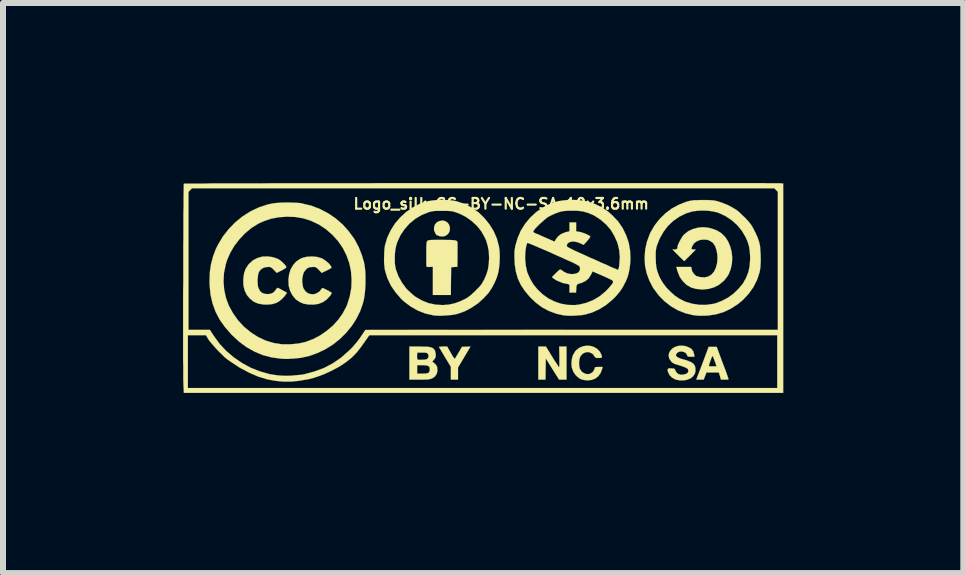
<source format=kicad_pcb>
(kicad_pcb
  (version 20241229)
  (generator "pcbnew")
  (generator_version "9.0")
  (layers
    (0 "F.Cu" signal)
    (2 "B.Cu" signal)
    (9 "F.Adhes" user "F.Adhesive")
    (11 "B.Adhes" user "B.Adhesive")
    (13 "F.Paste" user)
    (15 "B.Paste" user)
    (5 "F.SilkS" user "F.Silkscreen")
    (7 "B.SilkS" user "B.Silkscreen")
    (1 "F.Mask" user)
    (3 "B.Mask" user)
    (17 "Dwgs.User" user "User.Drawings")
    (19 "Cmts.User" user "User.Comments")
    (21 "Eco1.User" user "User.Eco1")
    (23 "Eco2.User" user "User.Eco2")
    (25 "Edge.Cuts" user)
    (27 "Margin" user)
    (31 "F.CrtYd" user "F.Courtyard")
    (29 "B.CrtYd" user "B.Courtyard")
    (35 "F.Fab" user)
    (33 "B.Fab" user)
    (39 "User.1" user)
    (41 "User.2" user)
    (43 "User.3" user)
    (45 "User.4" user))
  (footprint "Logo_silk_CC-BY-NC-SA_10x3.6mm"
    (layer "F.Cu")
    (at 5 1.746)
    (property "Reference" "Logo_silk_CC-BY-NC-SA_10x3.6mm" (at 0.3 -1.4 0) (layer "F.SilkS") (effects (font (size 0.178 0.178) (thickness 0.036))))
    (attr through_hole)
    (fp_poly (pts (xy -0.554 -0.978) (xy -0.561 -0.937) (xy -0.582 -0.902) (xy -0.615 -0.874) (xy -0.66 -0.856) (xy -0.663 -0.856) (xy -0.693 -0.856) (xy -0.726 -0.861) (xy -0.734 -0.864) (xy -0.759 -0.874) (xy -0.775 -0.879) (xy -0.782 -0.886) (xy -0.792 -0.904) (xy -0.798 -0.912) (xy -0.818 -0.96) (xy -0.818 -1.008) (xy -0.805 -1.052) (xy -0.777 -1.087) (xy -0.739 -1.11) (xy -0.688 -1.12) (xy -0.681 -1.123) (xy -0.635 -1.113) (xy -0.597 -1.09) (xy -0.572 -1.059) (xy -0.556 -1.021) (xy -0.554 -0.978)) (stroke (width 0.003) (type solid)) (fill yes) (layer "F.SilkS"))
    (fp_poly (pts (xy 1.389 1.529) (xy 1.326 1.529) (xy 1.265 1.529) (xy 1.153 1.351) (xy 1.044 1.176) (xy 1.041 1.354) (xy 1.039 1.529) (xy 0.978 1.529) (xy 0.919 1.529) (xy 0.919 1.255) (xy 0.919 0.978) (xy 0.983 0.978) (xy 1.046 0.978) (xy 1.153 1.153) (xy 1.186 1.206) (xy 1.217 1.252) (xy 1.24 1.288) (xy 1.257 1.313) (xy 1.265 1.323) (xy 1.267 1.323) (xy 1.267 1.313) (xy 1.27 1.285) (xy 1.27 1.245) (xy 1.27 1.194) (xy 1.27 1.151) (xy 1.267 0.978) (xy 1.328 0.978) (xy 1.389 0.978) (xy 1.389 1.255) (xy 1.389 1.529)) (stroke (width 0.003) (type solid)) (fill yes) (layer "F.SilkS"))
    (fp_poly (pts (xy -0.211 0.978) (xy -0.315 1.153) (xy -0.419 1.328) (xy -0.419 1.427) (xy -0.419 1.529) (xy -0.478 1.529) (xy -0.538 1.529) (xy -0.538 1.422) (xy -0.538 1.316) (xy -0.635 1.156) (xy -0.665 1.105) (xy -0.693 1.059) (xy -0.714 1.021) (xy -0.729 0.998) (xy -0.737 0.986) (xy -0.729 0.983) (xy -0.706 0.98) (xy -0.673 0.978) (xy -0.671 0.978) (xy -0.599 0.978) (xy -0.538 1.085) (xy -0.511 1.133) (xy -0.49 1.163) (xy -0.475 1.179) (xy -0.467 1.179) (xy -0.46 1.163) (xy -0.445 1.138) (xy -0.422 1.1) (xy -0.406 1.074) (xy -0.353 0.983) (xy -0.282 0.98) (xy -0.211 0.978)) (stroke (width 0.003) (type solid)) (fill yes) (layer "F.SilkS"))
    (fp_poly (pts (xy 4.089 1.521) (xy 4.079 1.527) (xy 4.056 1.529) (xy 4.026 1.529) (xy 3.962 1.529) (xy 3.945 1.468) (xy 3.927 1.41) (xy 3.889 1.41) (xy 3.889 1.308) (xy 3.858 1.219) (xy 3.843 1.181) (xy 3.833 1.151) (xy 3.823 1.138) (xy 3.82 1.135) (xy 3.813 1.148) (xy 3.802 1.173) (xy 3.79 1.206) (xy 3.777 1.242) (xy 3.767 1.273) (xy 3.762 1.295) (xy 3.759 1.303) (xy 3.769 1.306) (xy 3.792 1.308) (xy 3.823 1.308) (xy 3.889 1.308) (xy 3.889 1.41) (xy 3.823 1.41) (xy 3.721 1.41) (xy 3.698 1.468) (xy 3.675 1.529) (xy 3.614 1.529) (xy 3.551 1.529) (xy 3.655 1.257) (xy 3.757 0.983) (xy 3.825 0.983) (xy 3.891 0.983) (xy 3.99 1.25) (xy 4.016 1.318) (xy 4.039 1.379) (xy 4.059 1.435) (xy 4.074 1.478) (xy 4.084 1.506) (xy 4.089 1.521)) (stroke (width 0.003) (type solid)) (fill yes) (layer "F.SilkS"))
    (fp_poly (pts (xy -0.427 -0.709) (xy -0.427 -0.678) (xy -0.427 -0.635) (xy -0.427 -0.582) (xy -0.427 -0.528) (xy -0.429 -0.351) (xy -0.48 -0.348) (xy -0.533 -0.343) (xy -0.536 -0.112) (xy -0.538 0.119) (xy -0.688 0.119) (xy -0.838 0.119) (xy -0.838 -0.114) (xy -0.838 -0.351) (xy -0.881 -0.348) (xy -0.912 -0.348) (xy -0.932 -0.348) (xy -0.937 -0.348) (xy -0.94 -0.353) (xy -0.945 -0.368) (xy -0.947 -0.396) (xy -0.947 -0.442) (xy -0.947 -0.5) (xy -0.947 -0.551) (xy -0.947 -0.622) (xy -0.947 -0.678) (xy -0.945 -0.716) (xy -0.942 -0.744) (xy -0.94 -0.762) (xy -0.935 -0.775) (xy -0.932 -0.777) (xy -0.927 -0.785) (xy -0.919 -0.79) (xy -0.909 -0.792) (xy -0.892 -0.795) (xy -0.864 -0.798) (xy -0.826 -0.798) (xy -0.772 -0.8) (xy -0.701 -0.8) (xy -0.688 -0.8) (xy -0.61 -0.798) (xy -0.549 -0.798) (xy -0.503 -0.795) (xy -0.47 -0.792) (xy -0.447 -0.785) (xy -0.434 -0.775) (xy -0.429 -0.762) (xy -0.427 -0.744) (xy -0.427 -0.724) (xy -0.427 -0.709)) (stroke (width 0.003) (type solid)) (fill yes) (layer "F.SilkS"))
    (fp_poly (pts (xy 1.989 1.318) (xy 1.984 1.346) (xy 1.958 1.417) (xy 1.92 1.471) (xy 1.869 1.511) (xy 1.808 1.534) (xy 1.737 1.542) (xy 1.694 1.537) (xy 1.641 1.527) (xy 1.6 1.506) (xy 1.56 1.473) (xy 1.542 1.455) (xy 1.504 1.4) (xy 1.478 1.333) (xy 1.471 1.265) (xy 1.476 1.194) (xy 1.494 1.125) (xy 1.529 1.064) (xy 1.549 1.039) (xy 1.603 0.998) (xy 1.664 0.973) (xy 1.727 0.963) (xy 1.791 0.968) (xy 1.849 0.986) (xy 1.902 1.019) (xy 1.946 1.064) (xy 1.958 1.09) (xy 1.971 1.118) (xy 1.979 1.143) (xy 1.979 1.148) (xy 1.976 1.161) (xy 1.966 1.166) (xy 1.943 1.168) (xy 1.925 1.168) (xy 1.892 1.168) (xy 1.875 1.163) (xy 1.862 1.153) (xy 1.854 1.138) (xy 1.824 1.1) (xy 1.786 1.079) (xy 1.742 1.069) (xy 1.699 1.077) (xy 1.659 1.097) (xy 1.626 1.133) (xy 1.615 1.153) (xy 1.603 1.194) (xy 1.598 1.247) (xy 1.6 1.3) (xy 1.61 1.346) (xy 1.615 1.356) (xy 1.646 1.4) (xy 1.687 1.425) (xy 1.732 1.438) (xy 1.778 1.433) (xy 1.798 1.422) (xy 1.826 1.402) (xy 1.847 1.372) (xy 1.859 1.341) (xy 1.859 1.333) (xy 1.862 1.326) (xy 1.877 1.321) (xy 1.905 1.318) (xy 1.923 1.318) (xy 1.989 1.318)) (stroke (width 0.003) (type solid)) (fill yes) (layer "F.SilkS"))
    (fp_poly (pts (xy -3.269 0.081) (xy -3.287 0.109) (xy -3.315 0.147) (xy -3.353 0.185) (xy -3.396 0.221) (xy -3.437 0.246) (xy -3.447 0.251) (xy -3.518 0.272) (xy -3.602 0.279) (xy -3.665 0.277) (xy -3.749 0.262) (xy -3.825 0.229) (xy -3.886 0.18) (xy -3.937 0.119) (xy -3.973 0.046) (xy -3.993 -0.036) (xy -3.998 -0.132) (xy -3.995 -0.157) (xy -3.983 -0.244) (xy -3.957 -0.318) (xy -3.914 -0.384) (xy -3.896 -0.404) (xy -3.833 -0.46) (xy -3.759 -0.498) (xy -3.678 -0.521) (xy -3.586 -0.523) (xy -3.548 -0.518) (xy -3.503 -0.511) (xy -3.454 -0.495) (xy -3.421 -0.483) (xy -3.391 -0.465) (xy -3.358 -0.439) (xy -3.327 -0.409) (xy -3.299 -0.381) (xy -3.284 -0.356) (xy -3.279 -0.343) (xy -3.287 -0.333) (xy -3.31 -0.318) (xy -3.343 -0.297) (xy -3.358 -0.29) (xy -3.439 -0.249) (xy -3.487 -0.3) (xy -3.513 -0.325) (xy -3.533 -0.34) (xy -3.553 -0.348) (xy -3.579 -0.348) (xy -3.592 -0.348) (xy -3.647 -0.34) (xy -3.693 -0.315) (xy -3.731 -0.274) (xy -3.734 -0.269) (xy -3.747 -0.234) (xy -3.754 -0.185) (xy -3.759 -0.13) (xy -3.757 -0.074) (xy -3.752 -0.023) (xy -3.744 0) (xy -3.721 0.048) (xy -3.688 0.081) (xy -3.642 0.099) (xy -3.594 0.104) (xy -3.541 0.099) (xy -3.5 0.081) (xy -3.47 0.051) (xy -3.454 0.03) (xy -3.439 0.01) (xy -3.426 0) (xy -3.414 0.003) (xy -3.388 0.015) (xy -3.355 0.033) (xy -3.343 0.041) (xy -3.269 0.081)) (stroke (width 0.003) (type solid)) (fill yes) (layer "F.SilkS"))
    (fp_poly (pts (xy -2.525 0.079) (xy -2.525 0.091) (xy -2.537 0.114) (xy -2.55 0.132) (xy -2.609 0.196) (xy -2.672 0.239) (xy -2.743 0.267) (xy -2.824 0.279) (xy -2.916 0.277) (xy -2.992 0.264) (xy -3.056 0.236) (xy -3.117 0.196) (xy -3.127 0.185) (xy -3.178 0.124) (xy -3.216 0.051) (xy -3.239 -0.03) (xy -3.241 -0.048) (xy -3.244 -0.14) (xy -3.233 -0.226) (xy -3.208 -0.307) (xy -3.167 -0.378) (xy -3.117 -0.437) (xy -3.053 -0.48) (xy -3.015 -0.498) (xy -2.939 -0.518) (xy -2.855 -0.523) (xy -2.769 -0.516) (xy -2.692 -0.493) (xy -2.682 -0.49) (xy -2.647 -0.467) (xy -2.609 -0.439) (xy -2.57 -0.406) (xy -2.543 -0.373) (xy -2.535 -0.358) (xy -2.527 -0.345) (xy -2.527 -0.338) (xy -2.537 -0.328) (xy -2.555 -0.315) (xy -2.591 -0.297) (xy -2.606 -0.29) (xy -2.69 -0.249) (xy -2.738 -0.3) (xy -2.764 -0.325) (xy -2.784 -0.34) (xy -2.802 -0.348) (xy -2.83 -0.348) (xy -2.84 -0.348) (xy -2.896 -0.343) (xy -2.939 -0.32) (xy -2.974 -0.279) (xy -2.99 -0.254) (xy -3.005 -0.203) (xy -3.015 -0.14) (xy -3.012 -0.076) (xy -3.002 -0.015) (xy -2.992 0.01) (xy -2.962 0.056) (xy -2.921 0.089) (xy -2.873 0.104) (xy -2.822 0.107) (xy -2.774 0.091) (xy -2.728 0.061) (xy -2.708 0.036) (xy -2.69 0.015) (xy -2.687 0.008) (xy -2.682 0.003) (xy -2.667 0.005) (xy -2.644 0.015) (xy -2.609 0.033) (xy -2.573 0.051) (xy -2.545 0.069) (xy -2.527 0.079) (xy -2.525 0.079)) (stroke (width 0.003) (type solid)) (fill yes) (layer "F.SilkS"))
    (fp_poly (pts (xy -0.762 1.389) (xy -0.777 1.44) (xy -0.81 1.483) (xy -0.853 1.509) (xy -0.871 1.516) (xy -0.889 1.521) (xy -0.889 1.359) (xy -0.892 1.328) (xy -0.904 1.308) (xy -0.909 1.306) (xy -0.909 1.13) (xy -0.919 1.102) (xy -0.925 1.095) (xy -0.94 1.085) (xy -0.968 1.079) (xy -1.008 1.079) (xy -1.019 1.079) (xy -1.097 1.079) (xy -1.1 1.11) (xy -1.102 1.143) (xy -1.1 1.171) (xy -1.097 1.186) (xy -1.092 1.194) (xy -1.077 1.199) (xy -1.049 1.199) (xy -1.026 1.199) (xy -0.975 1.196) (xy -0.94 1.189) (xy -0.932 1.184) (xy -0.914 1.161) (xy -0.909 1.13) (xy -0.909 1.306) (xy -0.93 1.295) (xy -0.968 1.29) (xy -1.016 1.288) (xy -1.1 1.288) (xy -1.1 1.359) (xy -1.1 1.43) (xy -1.011 1.43) (xy -0.965 1.427) (xy -0.935 1.425) (xy -0.914 1.417) (xy -0.907 1.412) (xy -0.892 1.387) (xy -0.889 1.359) (xy -0.889 1.521) (xy -0.894 1.521) (xy -0.922 1.527) (xy -0.96 1.527) (xy -1.013 1.529) (xy -1.062 1.529) (xy -1.229 1.529) (xy -1.229 1.255) (xy -1.229 0.978) (xy -1.064 0.978) (xy -0.991 0.98) (xy -0.937 0.98) (xy -0.894 0.986) (xy -0.864 0.993) (xy -0.841 1.003) (xy -0.823 1.019) (xy -0.815 1.026) (xy -0.8 1.054) (xy -0.792 1.092) (xy -0.79 1.133) (xy -0.792 1.153) (xy -0.805 1.179) (xy -0.826 1.204) (xy -0.828 1.206) (xy -0.843 1.224) (xy -0.846 1.234) (xy -0.838 1.237) (xy -0.813 1.255) (xy -0.785 1.283) (xy -0.767 1.318) (xy -0.765 1.333) (xy -0.762 1.389)) (stroke (width 0.003) (type solid)) (fill yes) (layer "F.SilkS"))
    (fp_poly (pts (xy 3.538 1.389) (xy 3.528 1.427) (xy 3.505 1.463) (xy 3.498 1.473) (xy 3.459 1.506) (xy 3.406 1.529) (xy 3.345 1.542) (xy 3.282 1.542) (xy 3.274 1.542) (xy 3.203 1.527) (xy 3.147 1.496) (xy 3.106 1.455) (xy 3.081 1.402) (xy 3.078 1.397) (xy 3.073 1.367) (xy 3.078 1.349) (xy 3.096 1.341) (xy 3.129 1.341) (xy 3.139 1.341) (xy 3.17 1.344) (xy 3.188 1.349) (xy 3.198 1.361) (xy 3.203 1.379) (xy 3.223 1.412) (xy 3.256 1.438) (xy 3.299 1.448) (xy 3.348 1.443) (xy 3.376 1.435) (xy 3.406 1.417) (xy 3.419 1.394) (xy 3.416 1.367) (xy 3.409 1.351) (xy 3.393 1.339) (xy 3.368 1.326) (xy 3.33 1.311) (xy 3.277 1.293) (xy 3.249 1.285) (xy 3.2 1.27) (xy 3.167 1.255) (xy 3.145 1.24) (xy 3.132 1.224) (xy 3.101 1.179) (xy 3.091 1.135) (xy 3.096 1.09) (xy 3.117 1.049) (xy 3.15 1.013) (xy 3.193 0.986) (xy 3.244 0.968) (xy 3.302 0.963) (xy 3.358 0.968) (xy 3.421 0.988) (xy 3.47 1.016) (xy 3.5 1.057) (xy 3.515 1.107) (xy 3.52 1.148) (xy 3.465 1.148) (xy 3.432 1.148) (xy 3.414 1.143) (xy 3.404 1.135) (xy 3.396 1.118) (xy 3.378 1.087) (xy 3.345 1.069) (xy 3.307 1.059) (xy 3.269 1.064) (xy 3.236 1.079) (xy 3.233 1.085) (xy 3.216 1.105) (xy 3.211 1.123) (xy 3.221 1.14) (xy 3.226 1.148) (xy 3.249 1.161) (xy 3.289 1.179) (xy 3.348 1.196) (xy 3.353 1.196) (xy 3.419 1.219) (xy 3.47 1.24) (xy 3.503 1.265) (xy 3.526 1.295) (xy 3.536 1.333) (xy 3.536 1.341) (xy 3.538 1.389)) (stroke (width 0.003) (type solid)) (fill yes) (layer "F.SilkS"))
    (fp_poly (pts (xy 4.15 -0.505) (xy 4.145 -0.409) (xy 4.125 -0.315) (xy 4.092 -0.229) (xy 4.072 -0.196) (xy 4.041 -0.155) (xy 4.011 -0.117) (xy 4.006 -0.114) (xy 3.929 -0.051) (xy 3.846 -0.008) (xy 3.752 0.018) (xy 3.655 0.028) (xy 3.556 0.018) (xy 3.551 0.018) (xy 3.467 -0.005) (xy 3.391 -0.048) (xy 3.33 -0.107) (xy 3.277 -0.18) (xy 3.241 -0.269) (xy 3.226 -0.32) (xy 3.218 -0.348) (xy 3.343 -0.348) (xy 3.467 -0.348) (xy 3.475 -0.307) (xy 3.487 -0.267) (xy 3.515 -0.229) (xy 3.546 -0.201) (xy 3.551 -0.198) (xy 3.571 -0.191) (xy 3.604 -0.183) (xy 3.627 -0.178) (xy 3.696 -0.175) (xy 3.757 -0.191) (xy 3.807 -0.224) (xy 3.848 -0.272) (xy 3.879 -0.338) (xy 3.899 -0.419) (xy 3.904 -0.49) (xy 3.901 -0.564) (xy 3.886 -0.635) (xy 3.866 -0.693) (xy 3.863 -0.699) (xy 3.83 -0.747) (xy 3.785 -0.78) (xy 3.739 -0.8) (xy 3.675 -0.805) (xy 3.614 -0.798) (xy 3.561 -0.777) (xy 3.515 -0.744) (xy 3.49 -0.706) (xy 3.475 -0.673) (xy 3.472 -0.653) (xy 3.477 -0.643) (xy 3.5 -0.64) (xy 3.508 -0.638) (xy 3.543 -0.638) (xy 3.447 -0.541) (xy 3.35 -0.445) (xy 3.251 -0.541) (xy 3.155 -0.638) (xy 3.19 -0.638) (xy 3.221 -0.643) (xy 3.236 -0.66) (xy 3.239 -0.688) (xy 3.244 -0.711) (xy 3.259 -0.747) (xy 3.282 -0.79) (xy 3.305 -0.831) (xy 3.33 -0.869) (xy 3.353 -0.894) (xy 3.419 -0.945) (xy 3.495 -0.98) (xy 3.579 -1.003) (xy 3.668 -1.011) (xy 3.757 -1.001) (xy 3.848 -0.975) (xy 3.901 -0.953) (xy 3.973 -0.907) (xy 4.034 -0.846) (xy 4.082 -0.772) (xy 4.117 -0.688) (xy 4.14 -0.599) (xy 4.15 -0.505)) (stroke (width 0.003) (type solid)) (fill yes) (layer "F.SilkS"))
    (fp_poly (pts (xy -1.961 -0.137) (xy -1.961 -0.066) (xy -1.966 0.028) (xy -1.974 0.112) (xy -1.986 0.188) (xy -2.004 0.259) (xy -2.029 0.333) (xy -2.047 0.384) (xy -2.111 0.513) (xy -2.189 0.635) (xy -2.192 0.638) (xy -2.192 -0.137) (xy -2.202 -0.277) (xy -2.23 -0.411) (xy -2.276 -0.541) (xy -2.339 -0.665) (xy -2.418 -0.78) (xy -2.512 -0.884) (xy -2.621 -0.978) (xy -2.743 -1.059) (xy -2.751 -1.062) (xy -2.87 -1.118) (xy -2.997 -1.158) (xy -3.132 -1.181) (xy -3.269 -1.186) (xy -3.406 -1.176) (xy -3.538 -1.151) (xy -3.665 -1.107) (xy -3.747 -1.069) (xy -3.861 -0.998) (xy -3.967 -0.909) (xy -4.061 -0.81) (xy -4.145 -0.701) (xy -4.214 -0.584) (xy -4.267 -0.462) (xy -4.288 -0.394) (xy -4.318 -0.249) (xy -4.326 -0.107) (xy -4.315 0.03) (xy -4.285 0.168) (xy -4.237 0.297) (xy -4.168 0.422) (xy -4.084 0.541) (xy -3.985 0.648) (xy -3.868 0.744) (xy -3.749 0.82) (xy -3.622 0.879) (xy -3.49 0.919) (xy -3.353 0.94) (xy -3.205 0.94) (xy -3.073 0.927) (xy -2.951 0.899) (xy -2.832 0.853) (xy -2.715 0.792) (xy -2.606 0.716) (xy -2.504 0.63) (xy -2.416 0.533) (xy -2.342 0.429) (xy -2.283 0.32) (xy -2.268 0.287) (xy -2.223 0.145) (xy -2.197 0.003) (xy -2.192 -0.137) (xy -2.192 0.638) (xy -2.283 0.749) (xy -2.388 0.853) (xy -2.504 0.945) (xy -2.631 1.024) (xy -2.764 1.087) (xy -2.898 1.135) (xy -3.038 1.166) (xy -3.104 1.173) (xy -3.167 1.179) (xy -3.218 1.181) (xy -3.261 1.184) (xy -3.299 1.184) (xy -3.34 1.181) (xy -3.376 1.179) (xy -3.528 1.158) (xy -3.673 1.12) (xy -3.81 1.062) (xy -3.942 0.988) (xy -4.069 0.894) (xy -4.191 0.78) (xy -4.194 0.777) (xy -4.3 0.655) (xy -4.389 0.531) (xy -4.458 0.399) (xy -4.508 0.262) (xy -4.542 0.114) (xy -4.557 -0.038) (xy -4.559 -0.119) (xy -4.554 -0.262) (xy -4.534 -0.396) (xy -4.501 -0.521) (xy -4.455 -0.645) (xy -4.417 -0.721) (xy -4.336 -0.856) (xy -4.239 -0.98) (xy -4.13 -1.092) (xy -4.011 -1.189) (xy -3.879 -1.273) (xy -3.741 -1.339) (xy -3.597 -1.387) (xy -3.505 -1.407) (xy -3.439 -1.415) (xy -3.358 -1.42) (xy -3.272 -1.422) (xy -3.185 -1.42) (xy -3.101 -1.417) (xy -3.03 -1.41) (xy -3.015 -1.405) (xy -2.863 -1.369) (xy -2.718 -1.313) (xy -2.583 -1.242) (xy -2.456 -1.156) (xy -2.339 -1.054) (xy -2.238 -0.94) (xy -2.146 -0.815) (xy -2.073 -0.678) (xy -2.017 -0.536) (xy -2.007 -0.498) (xy -1.986 -0.429) (xy -1.974 -0.363) (xy -1.966 -0.295) (xy -1.961 -0.221) (xy -1.961 -0.137)) (stroke (width 0.003) (type solid)) (fill yes) (layer "F.SilkS"))
    (fp_poly (pts (xy 4.625 -0.478) (xy 4.623 -0.399) (xy 4.618 -0.33) (xy 4.608 -0.274) (xy 4.608 -0.267) (xy 4.564 -0.135) (xy 4.503 -0.013) (xy 4.448 0.064) (xy 4.448 -0.47) (xy 4.448 -0.528) (xy 4.442 -0.61) (xy 4.432 -0.678) (xy 4.417 -0.739) (xy 4.394 -0.8) (xy 4.369 -0.853) (xy 4.308 -0.955) (xy 4.232 -1.046) (xy 4.14 -1.128) (xy 4.041 -1.194) (xy 3.934 -1.245) (xy 3.901 -1.257) (xy 3.83 -1.273) (xy 3.749 -1.285) (xy 3.66 -1.288) (xy 3.576 -1.285) (xy 3.5 -1.275) (xy 3.493 -1.275) (xy 3.378 -1.24) (xy 3.269 -1.186) (xy 3.17 -1.118) (xy 3.081 -1.034) (xy 3.007 -0.937) (xy 2.944 -0.828) (xy 2.908 -0.739) (xy 2.893 -0.699) (xy 2.885 -0.668) (xy 2.88 -0.638) (xy 2.875 -0.602) (xy 2.875 -0.559) (xy 2.875 -0.503) (xy 2.878 -0.417) (xy 2.885 -0.345) (xy 2.901 -0.279) (xy 2.924 -0.216) (xy 2.946 -0.165) (xy 2.992 -0.086) (xy 3.053 -0.005) (xy 3.122 0.066) (xy 3.195 0.13) (xy 3.264 0.178) (xy 3.365 0.229) (xy 3.48 0.264) (xy 3.597 0.282) (xy 3.713 0.284) (xy 3.83 0.267) (xy 3.868 0.259) (xy 3.975 0.218) (xy 4.077 0.165) (xy 4.171 0.097) (xy 4.255 0.015) (xy 4.326 -0.069) (xy 4.379 -0.163) (xy 4.384 -0.175) (xy 4.42 -0.267) (xy 4.44 -0.363) (xy 4.448 -0.47) (xy 4.448 0.064) (xy 4.425 0.097) (xy 4.331 0.198) (xy 4.247 0.269) (xy 4.13 0.345) (xy 4.006 0.404) (xy 3.876 0.442) (xy 3.739 0.462) (xy 3.599 0.465) (xy 3.5 0.455) (xy 3.373 0.424) (xy 3.249 0.376) (xy 3.134 0.31) (xy 3.025 0.226) (xy 2.926 0.127) (xy 2.913 0.109) (xy 2.832 0) (xy 2.771 -0.117) (xy 2.725 -0.241) (xy 2.697 -0.371) (xy 2.69 -0.503) (xy 2.7 -0.638) (xy 2.728 -0.767) (xy 2.776 -0.897) (xy 2.789 -0.925) (xy 2.857 -1.041) (xy 2.939 -1.146) (xy 3.035 -1.24) (xy 3.142 -1.321) (xy 3.259 -1.384) (xy 3.381 -1.433) (xy 3.409 -1.44) (xy 3.444 -1.45) (xy 3.477 -1.455) (xy 3.515 -1.46) (xy 3.559 -1.46) (xy 3.614 -1.463) (xy 3.665 -1.463) (xy 3.731 -1.463) (xy 3.785 -1.46) (xy 3.828 -1.458) (xy 3.863 -1.453) (xy 3.896 -1.445) (xy 3.914 -1.44) (xy 3.995 -1.412) (xy 4.082 -1.377) (xy 4.163 -1.333) (xy 4.224 -1.295) (xy 4.267 -1.26) (xy 4.315 -1.214) (xy 4.366 -1.166) (xy 4.415 -1.113) (xy 4.453 -1.067) (xy 4.468 -1.046) (xy 4.503 -0.986) (xy 4.539 -0.914) (xy 4.572 -0.841) (xy 4.597 -0.77) (xy 4.6 -0.754) (xy 4.613 -0.701) (xy 4.618 -0.632) (xy 4.623 -0.556) (xy 4.625 -0.478)) (stroke (width 0.003) (type solid)) (fill yes) (layer "F.SilkS"))
    (fp_poly (pts (xy 0.277 -0.523) (xy 0.274 -0.432) (xy 0.267 -0.345) (xy 0.254 -0.267) (xy 0.249 -0.244) (xy 0.226 -0.168) (xy 0.191 -0.086) (xy 0.15 -0.008) (xy 0.107 0.058) (xy 0.099 0.069) (xy 0.099 -0.498) (xy 0.094 -0.607) (xy 0.076 -0.701) (xy 0.048 -0.795) (xy 0.025 -0.843) (xy -0.03 -0.942) (xy -0.104 -1.034) (xy -0.193 -1.115) (xy -0.29 -1.184) (xy -0.396 -1.237) (xy -0.46 -1.26) (xy -0.493 -1.27) (xy -0.523 -1.278) (xy -0.559 -1.28) (xy -0.602 -1.283) (xy -0.655 -1.283) (xy -0.683 -1.283) (xy -0.747 -1.283) (xy -0.792 -1.283) (xy -0.831 -1.278) (xy -0.861 -1.273) (xy -0.894 -1.265) (xy -0.909 -1.26) (xy -1.024 -1.214) (xy -1.13 -1.151) (xy -1.227 -1.072) (xy -1.308 -0.98) (xy -1.377 -0.879) (xy -1.43 -0.765) (xy -1.45 -0.701) (xy -1.463 -0.638) (xy -1.471 -0.561) (xy -1.473 -0.483) (xy -1.471 -0.404) (xy -1.46 -0.335) (xy -1.455 -0.31) (xy -1.412 -0.193) (xy -1.351 -0.084) (xy -1.278 0.015) (xy -1.186 0.102) (xy -1.133 0.145) (xy -1.026 0.208) (xy -0.914 0.254) (xy -0.795 0.279) (xy -0.673 0.287) (xy -0.572 0.279) (xy -0.48 0.259) (xy -0.386 0.226) (xy -0.3 0.185) (xy -0.277 0.173) (xy -0.244 0.15) (xy -0.203 0.119) (xy -0.16 0.079) (xy -0.119 0.041) (xy -0.119 0.038) (xy -0.074 -0.005) (xy -0.041 -0.043) (xy -0.015 -0.079) (xy 0.005 -0.117) (xy 0.018 -0.14) (xy 0.056 -0.229) (xy 0.081 -0.312) (xy 0.094 -0.404) (xy 0.099 -0.498) (xy 0.099 0.069) (xy 0.097 0.076) (xy 0.01 0.17) (xy -0.084 0.257) (xy -0.193 0.33) (xy -0.307 0.391) (xy -0.424 0.432) (xy -0.45 0.439) (xy -0.508 0.45) (xy -0.579 0.457) (xy -0.653 0.462) (xy -0.726 0.465) (xy -0.792 0.462) (xy -0.833 0.457) (xy -0.965 0.427) (xy -1.09 0.378) (xy -1.209 0.31) (xy -1.321 0.226) (xy -1.369 0.18) (xy -1.46 0.074) (xy -1.537 -0.038) (xy -1.595 -0.16) (xy -1.626 -0.259) (xy -1.638 -0.302) (xy -1.643 -0.343) (xy -1.648 -0.386) (xy -1.651 -0.434) (xy -1.651 -0.493) (xy -1.648 -0.587) (xy -1.643 -0.66) (xy -1.636 -0.706) (xy -1.598 -0.836) (xy -1.542 -0.955) (xy -1.471 -1.069) (xy -1.384 -1.171) (xy -1.288 -1.26) (xy -1.179 -1.336) (xy -1.062 -1.397) (xy -0.937 -1.44) (xy -0.912 -1.445) (xy -0.851 -1.455) (xy -0.777 -1.463) (xy -0.696 -1.466) (xy -0.612 -1.463) (xy -0.533 -1.458) (xy -0.467 -1.448) (xy -0.434 -1.44) (xy -0.305 -1.394) (xy -0.183 -1.333) (xy -0.074 -1.255) (xy 0.02 -1.163) (xy 0.104 -1.059) (xy 0.175 -0.945) (xy 0.229 -0.82) (xy 0.264 -0.688) (xy 0.264 -0.683) (xy 0.274 -0.607) (xy 0.277 -0.523)) (stroke (width 0.003) (type solid)) (fill yes) (layer "F.SilkS"))
    (fp_poly (pts (xy 4.999 1.75) (xy 4.91 1.75) (xy 4.91 0.699) (xy 4.91 -0.45) (xy 4.91 -1.6) (xy 4.879 -1.631) (xy 4.851 -1.659) (xy 0 -1.659) (xy -4.851 -1.659) (xy -4.879 -1.631) (xy -4.91 -1.6) (xy -4.91 -0.45) (xy -4.91 0.699) (xy -4.732 0.699) (xy -4.554 0.699) (xy -4.488 0.8) (xy -4.392 0.932) (xy -4.28 1.052) (xy -4.155 1.158) (xy -4.018 1.252) (xy -3.873 1.331) (xy -3.719 1.392) (xy -3.556 1.438) (xy -3.426 1.458) (xy -3.36 1.463) (xy -3.279 1.466) (xy -3.193 1.463) (xy -3.106 1.455) (xy -3.028 1.448) (xy -2.982 1.44) (xy -2.812 1.394) (xy -2.654 1.336) (xy -2.504 1.257) (xy -2.367 1.163) (xy -2.238 1.049) (xy -2.184 0.996) (xy -2.141 0.947) (xy -2.095 0.892) (xy -2.055 0.838) (xy -2.029 0.8) (xy -1.963 0.701) (xy 1.471 0.699) (xy 4.91 0.699) (xy 4.91 1.75) (xy 4.9 1.75) (xy 4.9 1.669) (xy 4.9 1.229) (xy 4.9 0.79) (xy 1.499 0.79) (xy -1.897 0.79) (xy -1.961 0.881) (xy -2.037 0.988) (xy -2.111 1.082) (xy -2.189 1.161) (xy -2.271 1.227) (xy -2.362 1.29) (xy -2.431 1.331) (xy -2.54 1.387) (xy -2.637 1.433) (xy -2.728 1.468) (xy -2.822 1.499) (xy -2.918 1.524) (xy -2.924 1.524) (xy -3.068 1.549) (xy -3.2 1.562) (xy -3.33 1.562) (xy -3.462 1.549) (xy -3.597 1.524) (xy -3.749 1.478) (xy -3.901 1.412) (xy -4.059 1.328) (xy -4.216 1.224) (xy -4.27 1.186) (xy -4.31 1.153) (xy -4.356 1.107) (xy -4.407 1.057) (xy -4.46 1.001) (xy -4.508 0.945) (xy -4.552 0.894) (xy -4.585 0.848) (xy -4.6 0.82) (xy -4.618 0.79) (xy -4.768 0.79) (xy -4.92 0.79) (xy -4.92 1.229) (xy -4.92 1.669) (xy -0.008 1.669) (xy 4.9 1.669) (xy 4.9 1.75) (xy 0.005 1.75) (xy -4.986 1.75) (xy -4.994 1.605) (xy -4.994 1.577) (xy -4.996 1.532) (xy -4.996 1.468) (xy -4.996 1.389) (xy -4.996 1.298) (xy -4.999 1.196) (xy -4.999 1.079) (xy -4.999 0.955) (xy -4.999 0.823) (xy -4.999 0.681) (xy -4.999 0.533) (xy -4.999 0.381) (xy -4.999 0.226) (xy -4.999 0.069) (xy -4.996 -0.086) (xy -4.996 -0.246) (xy -4.996 -0.404) (xy -4.996 -0.556) (xy -4.996 -0.709) (xy -4.994 -0.853) (xy -4.994 -0.991) (xy -4.994 -1.12) (xy -4.994 -1.242) (xy -4.991 -1.354) (xy -4.991 -1.453) (xy -4.991 -1.539) (xy -4.989 -1.613) (xy -4.989 -1.669) (xy -4.989 -1.709) (xy -4.986 -1.732) (xy -4.986 -1.735) (xy -4.976 -1.737) (xy -4.945 -1.737) (xy -4.897 -1.737) (xy -4.831 -1.737) (xy -4.75 -1.737) (xy -4.648 -1.737) (xy -4.534 -1.74) (xy -4.404 -1.74) (xy -4.26 -1.74) (xy -4.102 -1.74) (xy -3.932 -1.74) (xy -3.752 -1.74) (xy -3.559 -1.742) (xy -3.355 -1.742) (xy -3.142 -1.742) (xy -2.918 -1.742) (xy -2.687 -1.742) (xy -2.451 -1.742) (xy -2.205 -1.742) (xy -1.953 -1.742) (xy -1.697 -1.745) (xy -1.438 -1.745) (xy -1.171 -1.745) (xy -0.904 -1.745) (xy -0.632 -1.745) (xy -0.361 -1.745) (xy -0.089 -1.745) (xy 0.183 -1.745) (xy 0.455 -1.745) (xy 0.726 -1.745) (xy 0.996 -1.745) (xy 1.262 -1.745) (xy 1.524 -1.745) (xy 1.783 -1.745) (xy 2.037 -1.745) (xy 2.286 -1.745) (xy 2.527 -1.745) (xy 2.764 -1.745) (xy 2.99 -1.745) (xy 3.208 -1.745) (xy 3.416 -1.745) (xy 3.614 -1.745) (xy 3.805 -1.745) (xy 3.98 -1.745) (xy 4.145 -1.745) (xy 4.295 -1.745) (xy 4.432 -1.745) (xy 4.557 -1.745) (xy 4.663 -1.745) (xy 4.755 -1.742) (xy 4.831 -1.742) (xy 4.889 -1.742) (xy 4.928 -1.742) (xy 4.95 -1.742) (xy 4.953 -1.742) (xy 4.999 -1.737) (xy 4.999 0.005) (xy 4.999 1.75)) (stroke (width 0.003) (type solid)) (fill yes) (layer "F.SilkS"))
    (fp_poly (pts (xy 2.454 -0.475) (xy 2.449 -0.396) (xy 2.438 -0.312) (xy 2.423 -0.239) (xy 2.403 -0.17) (xy 2.372 -0.099) (xy 2.367 -0.091) (xy 2.324 -0.008) (xy 2.278 0.061) (xy 2.278 -0.511) (xy 2.266 -0.632) (xy 2.238 -0.749) (xy 2.189 -0.859) (xy 2.129 -0.963) (xy 2.05 -1.054) (xy 1.958 -1.135) (xy 1.852 -1.204) (xy 1.831 -1.214) (xy 1.745 -1.25) (xy 1.656 -1.275) (xy 1.562 -1.285) (xy 1.453 -1.285) (xy 1.394 -1.285) (xy 1.349 -1.28) (xy 1.313 -1.275) (xy 1.275 -1.265) (xy 1.237 -1.252) (xy 1.189 -1.234) (xy 1.14 -1.212) (xy 1.1 -1.191) (xy 1.092 -1.186) (xy 1.062 -1.168) (xy 1.026 -1.138) (xy 0.986 -1.102) (xy 0.942 -1.064) (xy 0.904 -1.026) (xy 0.871 -0.991) (xy 0.848 -0.963) (xy 0.841 -0.95) (xy 0.833 -0.935) (xy 0.841 -0.925) (xy 0.861 -0.914) (xy 0.881 -0.904) (xy 0.917 -0.892) (xy 0.96 -0.871) (xy 1.013 -0.848) (xy 1.041 -0.836) (xy 1.189 -0.77) (xy 1.214 -0.813) (xy 1.25 -0.859) (xy 1.3 -0.897) (xy 1.359 -0.922) (xy 1.384 -0.93) (xy 1.438 -0.942) (xy 1.438 -1.016) (xy 1.438 -1.09) (xy 1.494 -1.09) (xy 1.549 -1.09) (xy 1.549 -1.016) (xy 1.549 -0.942) (xy 1.61 -0.932) (xy 1.648 -0.922) (xy 1.689 -0.907) (xy 1.727 -0.892) (xy 1.76 -0.874) (xy 1.781 -0.861) (xy 1.786 -0.853) (xy 1.781 -0.843) (xy 1.765 -0.82) (xy 1.742 -0.792) (xy 1.732 -0.78) (xy 1.674 -0.716) (xy 1.615 -0.744) (xy 1.565 -0.762) (xy 1.514 -0.772) (xy 1.468 -0.77) (xy 1.43 -0.757) (xy 1.405 -0.737) (xy 1.394 -0.709) (xy 1.394 -0.706) (xy 1.394 -0.699) (xy 1.397 -0.691) (xy 1.405 -0.683) (xy 1.417 -0.676) (xy 1.438 -0.663) (xy 1.466 -0.65) (xy 1.504 -0.63) (xy 1.554 -0.607) (xy 1.615 -0.579) (xy 1.694 -0.544) (xy 1.788 -0.5) (xy 1.814 -0.49) (xy 1.9 -0.452) (xy 1.981 -0.414) (xy 2.055 -0.384) (xy 2.118 -0.353) (xy 2.172 -0.33) (xy 2.212 -0.315) (xy 2.238 -0.302) (xy 2.245 -0.3) (xy 2.253 -0.31) (xy 2.261 -0.335) (xy 2.268 -0.376) (xy 2.268 -0.386) (xy 2.278 -0.511) (xy 2.278 0.061) (xy 2.273 0.066) (xy 2.212 0.14) (xy 2.164 0.188) (xy 2.164 -0.107) (xy 2.154 -0.122) (xy 2.129 -0.137) (xy 2.088 -0.157) (xy 2.032 -0.183) (xy 2.002 -0.196) (xy 1.824 -0.274) (xy 1.793 -0.213) (xy 1.755 -0.155) (xy 1.702 -0.112) (xy 1.636 -0.081) (xy 1.626 -0.079) (xy 1.59 -0.069) (xy 1.567 -0.056) (xy 1.557 -0.038) (xy 1.552 -0.01) (xy 1.552 0.013) (xy 1.547 0.079) (xy 1.494 0.079) (xy 1.438 0.079) (xy 1.438 0.01) (xy 1.438 -0.023) (xy 1.438 -0.046) (xy 1.427 -0.058) (xy 1.41 -0.064) (xy 1.377 -0.071) (xy 1.354 -0.074) (xy 1.318 -0.084) (xy 1.273 -0.102) (xy 1.224 -0.124) (xy 1.186 -0.147) (xy 1.168 -0.16) (xy 1.146 -0.18) (xy 1.212 -0.246) (xy 1.247 -0.279) (xy 1.27 -0.3) (xy 1.285 -0.305) (xy 1.293 -0.305) (xy 1.344 -0.269) (xy 1.389 -0.246) (xy 1.43 -0.234) (xy 1.478 -0.229) (xy 1.486 -0.229) (xy 1.542 -0.236) (xy 1.582 -0.254) (xy 1.608 -0.284) (xy 1.608 -0.287) (xy 1.615 -0.318) (xy 1.61 -0.345) (xy 1.61 -0.348) (xy 1.605 -0.356) (xy 1.598 -0.363) (xy 1.585 -0.373) (xy 1.565 -0.384) (xy 1.537 -0.399) (xy 1.499 -0.419) (xy 1.448 -0.442) (xy 1.384 -0.47) (xy 1.308 -0.505) (xy 1.214 -0.546) (xy 1.171 -0.566) (xy 1.085 -0.605) (xy 1.003 -0.64) (xy 0.93 -0.671) (xy 0.866 -0.699) (xy 0.813 -0.721) (xy 0.772 -0.737) (xy 0.747 -0.747) (xy 0.737 -0.749) (xy 0.729 -0.734) (xy 0.719 -0.701) (xy 0.711 -0.658) (xy 0.704 -0.607) (xy 0.701 -0.556) (xy 0.699 -0.505) (xy 0.699 -0.493) (xy 0.709 -0.376) (xy 0.734 -0.262) (xy 0.78 -0.155) (xy 0.838 -0.056) (xy 0.909 0.03) (xy 0.993 0.109) (xy 1.085 0.175) (xy 1.186 0.226) (xy 1.295 0.264) (xy 1.41 0.284) (xy 1.527 0.287) (xy 1.6 0.279) (xy 1.722 0.249) (xy 1.839 0.201) (xy 1.946 0.137) (xy 2.042 0.056) (xy 2.103 -0.008) (xy 2.131 -0.043) (xy 2.154 -0.071) (xy 2.164 -0.091) (xy 2.164 -0.107) (xy 2.164 0.188) (xy 2.159 0.193) (xy 2.05 0.284) (xy 1.935 0.356) (xy 1.814 0.411) (xy 1.697 0.445) (xy 1.638 0.455) (xy 1.567 0.46) (xy 1.494 0.465) (xy 1.422 0.465) (xy 1.364 0.46) (xy 1.351 0.46) (xy 1.222 0.432) (xy 1.097 0.386) (xy 0.98 0.323) (xy 0.871 0.241) (xy 0.782 0.155) (xy 0.696 0.053) (xy 0.63 -0.046) (xy 0.579 -0.152) (xy 0.546 -0.267) (xy 0.526 -0.391) (xy 0.523 -0.465) (xy 0.521 -0.528) (xy 0.521 -0.579) (xy 0.523 -0.622) (xy 0.531 -0.665) (xy 0.536 -0.699) (xy 0.574 -0.828) (xy 0.627 -0.953) (xy 0.699 -1.067) (xy 0.785 -1.171) (xy 0.884 -1.262) (xy 0.996 -1.339) (xy 1.069 -1.379) (xy 1.158 -1.417) (xy 1.247 -1.443) (xy 1.344 -1.458) (xy 1.438 -1.466) (xy 1.582 -1.463) (xy 1.717 -1.443) (xy 1.841 -1.407) (xy 1.961 -1.351) (xy 2.073 -1.278) (xy 2.154 -1.206) (xy 2.248 -1.107) (xy 2.324 -0.996) (xy 2.383 -0.876) (xy 2.426 -0.749) (xy 2.449 -0.615) (xy 2.454 -0.475)) (stroke (width 0.003) (type solid)) (fill yes) (layer "F.SilkS")))
  (gr_rect
    (start -3 -3)
    (end 13 6.498)
    (stroke (width 0.1) (type default))
    (fill no)
    (layer "Edge.Cuts")))
</source>
